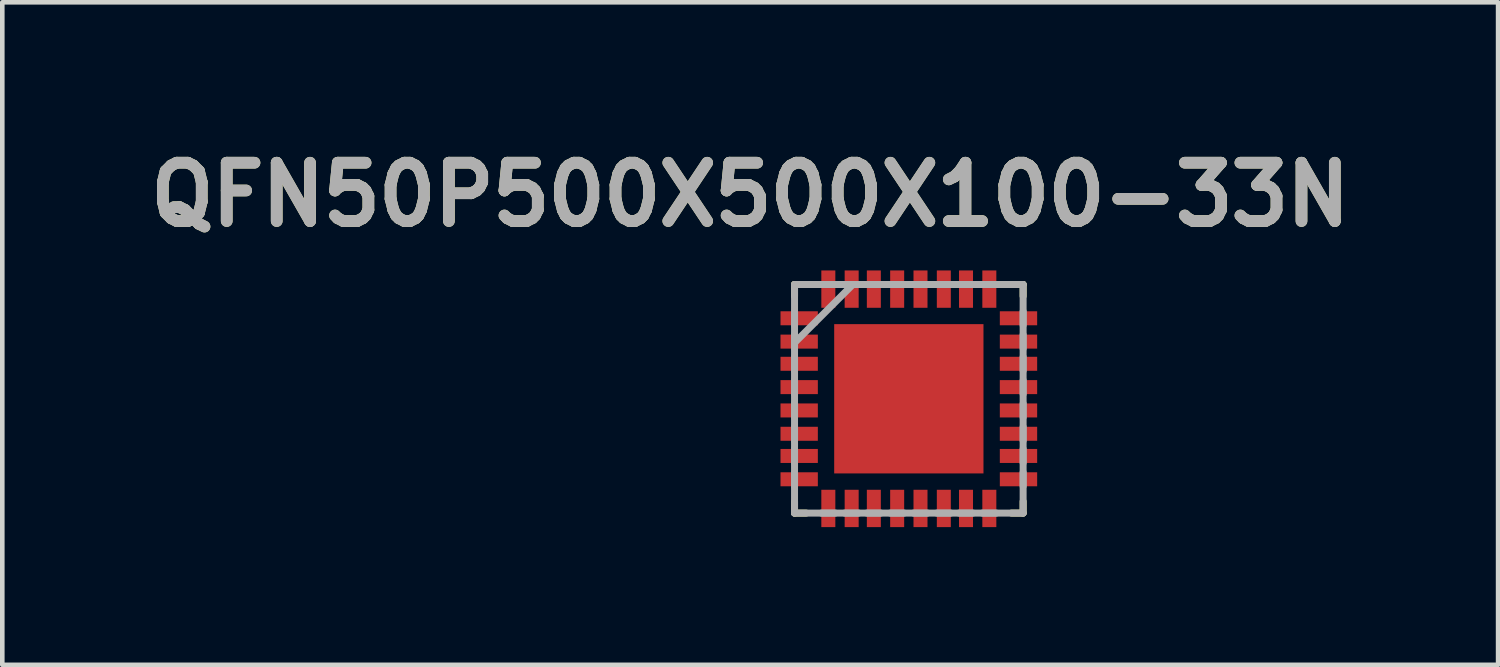
<source format=kicad_pcb>
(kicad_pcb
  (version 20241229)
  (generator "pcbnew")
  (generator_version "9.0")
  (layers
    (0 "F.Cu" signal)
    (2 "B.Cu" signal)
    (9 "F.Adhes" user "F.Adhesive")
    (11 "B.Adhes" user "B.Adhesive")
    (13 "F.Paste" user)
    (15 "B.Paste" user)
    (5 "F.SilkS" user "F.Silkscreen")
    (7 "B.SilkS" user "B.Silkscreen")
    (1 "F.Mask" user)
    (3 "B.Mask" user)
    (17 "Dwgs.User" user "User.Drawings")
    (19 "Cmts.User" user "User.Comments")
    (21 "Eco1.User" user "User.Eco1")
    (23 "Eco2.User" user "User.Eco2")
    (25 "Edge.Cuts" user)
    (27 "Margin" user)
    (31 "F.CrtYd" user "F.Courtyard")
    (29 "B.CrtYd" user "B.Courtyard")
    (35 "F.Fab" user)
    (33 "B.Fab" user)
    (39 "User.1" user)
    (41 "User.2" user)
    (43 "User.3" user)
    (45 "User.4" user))
  (footprint "QFN50P500X500X100-33N"
    (layer "F.Cu")
    (at 16.741 5.634)
    (property "Reference" "QFN50P500X500X100-33N" (at -3.454 -4.445 0) (layer "F.SilkS") (effects (font (size 1.27 1.27) (thickness 0.254))))
    (attr smd)
    (fp_line (start -2.489 -2.489) (end -2.489 -2.235) (stroke (width 0.152) (type solid)) (layer "F.SilkS"))
    (fp_line (start -2.489 2.235) (end -2.489 2.489) (stroke (width 0.152) (type solid)) (layer "F.SilkS"))
    (fp_line (start -2.489 2.489) (end -2.235 2.489) (stroke (width 0.152) (type solid)) (layer "F.SilkS"))
    (fp_line (start -2.235 -2.489) (end -2.489 -2.489) (stroke (width 0.152) (type solid)) (layer "F.SilkS"))
    (fp_line (start 2.235 2.489) (end 2.489 2.489) (stroke (width 0.152) (type solid)) (layer "F.SilkS"))
    (fp_line (start 2.489 -2.489) (end 2.235 -2.489) (stroke (width 0.152) (type solid)) (layer "F.SilkS"))
    (fp_line (start 2.489 -2.235) (end 2.489 -2.489) (stroke (width 0.152) (type solid)) (layer "F.SilkS"))
    (fp_line (start 2.489 2.489) (end 2.489 2.235) (stroke (width 0.152) (type solid)) (layer "F.SilkS"))
    (fp_line (start -2.489 -2.489) (end -2.489 2.489) (stroke (width 0.152) (type solid)) (layer "F.Fab"))
    (fp_line (start -2.489 -1.905) (end -2.489 -1.6) (stroke (width 0.152) (type solid)) (layer "F.Fab"))
    (fp_line (start -2.489 -1.397) (end -2.489 -1.092) (stroke (width 0.152) (type solid)) (layer "F.Fab"))
    (fp_line (start -2.489 -1.219) (end -1.219 -2.489) (stroke (width 0.152) (type solid)) (layer "F.Fab"))
    (fp_line (start -2.489 -0.914) (end -2.489 -0.61) (stroke (width 0.152) (type solid)) (layer "F.Fab"))
    (fp_line (start -2.489 -0.406) (end -2.489 -0.102) (stroke (width 0.152) (type solid)) (layer "F.Fab"))
    (fp_line (start -2.489 0.102) (end -2.489 0.406) (stroke (width 0.152) (type solid)) (layer "F.Fab"))
    (fp_line (start -2.489 0.61) (end -2.489 0.914) (stroke (width 0.152) (type solid)) (layer "F.Fab"))
    (fp_line (start -2.489 1.092) (end -2.489 1.397) (stroke (width 0.152) (type solid)) (layer "F.Fab"))
    (fp_line (start -2.489 1.6) (end -2.489 1.905) (stroke (width 0.152) (type solid)) (layer "F.Fab"))
    (fp_line (start -2.489 2.489) (end 2.489 2.489) (stroke (width 0.152) (type solid)) (layer "F.Fab"))
    (fp_line (start -1.905 2.489) (end -1.6 2.489) (stroke (width 0.152) (type solid)) (layer "F.Fab"))
    (fp_line (start -1.6 -2.489) (end -1.905 -2.489) (stroke (width 0.152) (type solid)) (layer "F.Fab"))
    (fp_line (start -1.397 2.489) (end -1.092 2.489) (stroke (width 0.152) (type solid)) (layer "F.Fab"))
    (fp_line (start -1.092 -2.489) (end -1.397 -2.489) (stroke (width 0.152) (type solid)) (layer "F.Fab"))
    (fp_line (start -0.914 2.489) (end -0.61 2.489) (stroke (width 0.152) (type solid)) (layer "F.Fab"))
    (fp_line (start -0.61 -2.489) (end -0.914 -2.489) (stroke (width 0.152) (type solid)) (layer "F.Fab"))
    (fp_line (start -0.406 2.489) (end -0.102 2.489) (stroke (width 0.152) (type solid)) (layer "F.Fab"))
    (fp_line (start -0.102 -2.489) (end -0.406 -2.489) (stroke (width 0.152) (type solid)) (layer "F.Fab"))
    (fp_line (start 0.102 2.489) (end 0.406 2.489) (stroke (width 0.152) (type solid)) (layer "F.Fab"))
    (fp_line (start 0.406 -2.489) (end 0.102 -2.489) (stroke (width 0.152) (type solid)) (layer "F.Fab"))
    (fp_line (start 0.61 2.489) (end 0.914 2.489) (stroke (width 0.152) (type solid)) (layer "F.Fab"))
    (fp_line (start 0.914 -2.489) (end 0.61 -2.489) (stroke (width 0.152) (type solid)) (layer "F.Fab"))
    (fp_line (start 1.092 2.489) (end 1.397 2.489) (stroke (width 0.152) (type solid)) (layer "F.Fab"))
    (fp_line (start 1.397 -2.489) (end 1.092 -2.489) (stroke (width 0.152) (type solid)) (layer "F.Fab"))
    (fp_line (start 1.6 2.489) (end 1.905 2.489) (stroke (width 0.152) (type solid)) (layer "F.Fab"))
    (fp_line (start 1.905 -2.489) (end 1.6 -2.489) (stroke (width 0.152) (type solid)) (layer "F.Fab"))
    (fp_line (start 2.489 -2.489) (end -2.489 -2.489) (stroke (width 0.152) (type solid)) (layer "F.Fab"))
    (fp_line (start 2.489 -1.6) (end 2.489 -1.905) (stroke (width 0.152) (type solid)) (layer "F.Fab"))
    (fp_line (start 2.489 -1.092) (end 2.489 -1.397) (stroke (width 0.152) (type solid)) (layer "F.Fab"))
    (fp_line (start 2.489 -0.61) (end 2.489 -0.914) (stroke (width 0.152) (type solid)) (layer "F.Fab"))
    (fp_line (start 2.489 -0.102) (end 2.489 -0.406) (stroke (width 0.152) (type solid)) (layer "F.Fab"))
    (fp_line (start 2.489 0.406) (end 2.489 0.102) (stroke (width 0.152) (type solid)) (layer "F.Fab"))
    (fp_line (start 2.489 0.914) (end 2.489 0.61) (stroke (width 0.152) (type solid)) (layer "F.Fab"))
    (fp_line (start 2.489 1.397) (end 2.489 1.092) (stroke (width 0.152) (type solid)) (layer "F.Fab"))
    (fp_line (start 2.489 1.905) (end 2.489 1.6) (stroke (width 0.152) (type solid)) (layer "F.Fab"))
    (fp_line (start 2.489 2.489) (end 2.489 -2.489) (stroke (width 0.152) (type solid)) (layer "F.Fab"))
    (fp_text user "${REFERENCE}" (at -3.454 -4.445 0) (layer "F.Fab") (effects (font (size 1.27 1.27) (thickness 0.254))))
    (pad "1" smd rect (at -2.388 -1.753 90) (size 0.305 0.813) (layers "F.Cu" "F.Mask" "F.Paste"))
    (pad "2" smd rect (at -2.388 -1.245 90) (size 0.305 0.813) (layers "F.Cu" "F.Mask" "F.Paste"))
    (pad "3" smd rect (at -2.388 -0.762 90) (size 0.305 0.813) (layers "F.Cu" "F.Mask" "F.Paste"))
    (pad "4" smd rect (at -2.388 -0.254 90) (size 0.305 0.813) (layers "F.Cu" "F.Mask" "F.Paste"))
    (pad "5" smd rect (at -2.388 0.254 90) (size 0.305 0.813) (layers "F.Cu" "F.Mask" "F.Paste"))
    (pad "6" smd rect (at -2.388 0.762 90) (size 0.305 0.813) (layers "F.Cu" "F.Mask" "F.Paste"))
    (pad "7" smd rect (at -2.388 1.245 90) (size 0.305 0.813) (layers "F.Cu" "F.Mask" "F.Paste"))
    (pad "8" smd rect (at -2.388 1.753 90) (size 0.305 0.813) (layers "F.Cu" "F.Mask" "F.Paste"))
    (pad "9" smd rect (at -1.753 2.388) (size 0.305 0.813) (layers "F.Cu" "F.Mask" "F.Paste"))
    (pad "10" smd rect (at -1.245 2.388) (size 0.305 0.813) (layers "F.Cu" "F.Mask" "F.Paste"))
    (pad "11" smd rect (at -0.762 2.388) (size 0.305 0.813) (layers "F.Cu" "F.Mask" "F.Paste"))
    (pad "12" smd rect (at -0.254 2.388) (size 0.305 0.813) (layers "F.Cu" "F.Mask" "F.Paste"))
    (pad "13" smd rect (at 0.254 2.388) (size 0.305 0.813) (layers "F.Cu" "F.Mask" "F.Paste"))
    (pad "14" smd rect (at 0.762 2.388) (size 0.305 0.813) (layers "F.Cu" "F.Mask" "F.Paste"))
    (pad "15" smd rect (at 1.245 2.388) (size 0.305 0.813) (layers "F.Cu" "F.Mask" "F.Paste"))
    (pad "16" smd rect (at 1.753 2.388) (size 0.305 0.813) (layers "F.Cu" "F.Mask" "F.Paste"))
    (pad "17" smd rect (at 2.388 1.753 90) (size 0.305 0.813) (layers "F.Cu" "F.Mask" "F.Paste"))
    (pad "18" smd rect (at 2.388 1.245 90) (size 0.305 0.813) (layers "F.Cu" "F.Mask" "F.Paste"))
    (pad "19" smd rect (at 2.388 0.762 90) (size 0.305 0.813) (layers "F.Cu" "F.Mask" "F.Paste"))
    (pad "20" smd rect (at 2.388 0.254 90) (size 0.305 0.813) (layers "F.Cu" "F.Mask" "F.Paste"))
    (pad "21" smd rect (at 2.388 -0.254 90) (size 0.305 0.813) (layers "F.Cu" "F.Mask" "F.Paste"))
    (pad "22" smd rect (at 2.388 -0.762 90) (size 0.305 0.813) (layers "F.Cu" "F.Mask" "F.Paste"))
    (pad "23" smd rect (at 2.388 -1.245 90) (size 0.305 0.813) (layers "F.Cu" "F.Mask" "F.Paste"))
    (pad "24" smd rect (at 2.388 -1.753 90) (size 0.305 0.813) (layers "F.Cu" "F.Mask" "F.Paste"))
    (pad "25" smd rect (at 1.753 -2.388) (size 0.305 0.813) (layers "F.Cu" "F.Mask" "F.Paste"))
    (pad "26" smd rect (at 1.245 -2.388) (size 0.305 0.813) (layers "F.Cu" "F.Mask" "F.Paste"))
    (pad "27" smd rect (at 0.762 -2.388) (size 0.305 0.813) (layers "F.Cu" "F.Mask" "F.Paste"))
    (pad "28" smd rect (at 0.254 -2.388) (size 0.305 0.813) (layers "F.Cu" "F.Mask" "F.Paste"))
    (pad "29" smd rect (at -0.254 -2.388) (size 0.305 0.813) (layers "F.Cu" "F.Mask" "F.Paste"))
    (pad "30" smd rect (at -0.762 -2.388) (size 0.305 0.813) (layers "F.Cu" "F.Mask" "F.Paste"))
    (pad "31" smd rect (at -1.245 -2.388) (size 0.305 0.813) (layers "F.Cu" "F.Mask" "F.Paste"))
    (pad "32" smd rect (at -1.753 -2.388) (size 0.305 0.813) (layers "F.Cu" "F.Mask" "F.Paste"))
    (pad "33" smd rect (at 0 0 90) (size 3.251 3.251) (layers "F.Cu" "F.Mask" "F.Paste")))
  (gr_rect
    (start -3 -3)
    (end 29.573 11.428)
    (stroke (width 0.1) (type default))
    (fill no)
    (layer "Edge.Cuts")))
</source>
